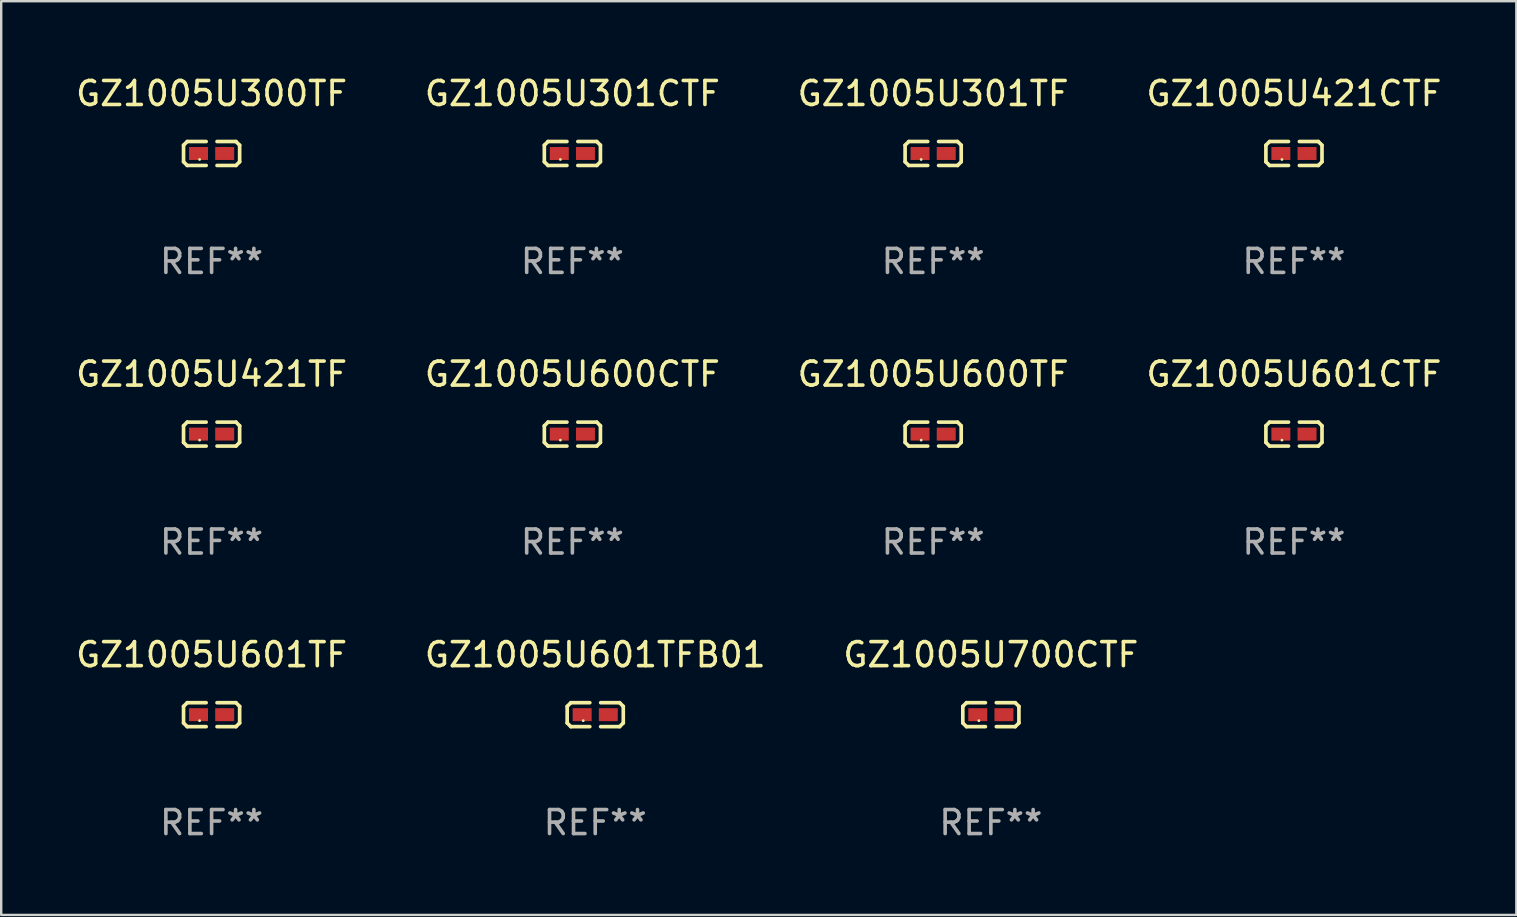
<source format=kicad_pcb>
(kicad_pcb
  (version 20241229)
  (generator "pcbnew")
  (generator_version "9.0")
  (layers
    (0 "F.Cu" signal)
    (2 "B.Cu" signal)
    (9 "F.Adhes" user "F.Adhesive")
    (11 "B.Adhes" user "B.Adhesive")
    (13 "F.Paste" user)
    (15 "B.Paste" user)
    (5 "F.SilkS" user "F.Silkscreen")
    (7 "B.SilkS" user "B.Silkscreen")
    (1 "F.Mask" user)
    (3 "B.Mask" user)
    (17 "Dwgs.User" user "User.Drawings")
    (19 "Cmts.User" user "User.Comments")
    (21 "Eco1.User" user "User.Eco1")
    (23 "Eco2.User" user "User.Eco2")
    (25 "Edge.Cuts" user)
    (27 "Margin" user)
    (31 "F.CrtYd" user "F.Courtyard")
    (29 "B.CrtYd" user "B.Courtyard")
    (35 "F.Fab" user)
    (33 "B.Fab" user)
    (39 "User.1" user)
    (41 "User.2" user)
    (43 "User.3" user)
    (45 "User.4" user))
  (footprint "GZ1005U600TF"
    (layer "F.Cu")
    (at 35.839 15.041)
    (property "Reference" "GZ1005U600TF" (at 0 -2.499 0) (layer "F.SilkS") (effects (font (size 1 1) (thickness 0.15))))
    (attr through_hole)
    (fp_line (start -1.169 -0.346) (end -1.016 -0.499) (stroke (width 0.152) (type solid)) (layer "F.SilkS"))
    (fp_line (start -1.169 0.346) (end -1.169 -0.346) (stroke (width 0.152) (type solid)) (layer "F.SilkS"))
    (fp_line (start -1.016 -0.499) (end -0.226 -0.499) (stroke (width 0.152) (type solid)) (layer "F.SilkS"))
    (fp_line (start -1.016 0.499) (end -1.169 0.346) (stroke (width 0.152) (type solid)) (layer "F.SilkS"))
    (fp_line (start -0.226 0.499) (end -1.016 0.499) (stroke (width 0.152) (type solid)) (layer "F.SilkS"))
    (fp_line (start 0.226 0.499) (end 1.016 0.499) (stroke (width 0.152) (type solid)) (layer "F.SilkS"))
    (fp_line (start 1.016 -0.499) (end 0.226 -0.499) (stroke (width 0.152) (type solid)) (layer "F.SilkS"))
    (fp_line (start 1.016 0.499) (end 1.169 0.346) (stroke (width 0.152) (type solid)) (layer "F.SilkS"))
    (fp_line (start 1.169 -0.346) (end 1.016 -0.499) (stroke (width 0.152) (type solid)) (layer "F.SilkS"))
    (fp_line (start 1.169 0.346) (end 1.169 -0.346) (stroke (width 0.152) (type solid)) (layer "F.SilkS"))
    (fp_circle (center -0.5 0.25) (end -0.47 0.25) (stroke (width 0.06) (type solid)) (fill no) (layer "F.SilkS"))
    (fp_text user "REF**" (at 0 4.499 0) (layer "F.Fab") (effects (font (size 1 1) (thickness 0.15))))
    (pad "1" smd rect (at -0.545 0) (size 0.79 0.54) (layers "F.Cu" "F.Mask" "F.Paste"))
    (pad "2" smd rect (at 0.545 0) (size 0.79 0.54) (layers "F.Cu" "F.Mask" "F.Paste")))
  (footprint "GZ1005U421CTF"
    (layer "F.Cu")
    (at 50.875 3.347)
    (property "Reference" "GZ1005U421CTF" (at 0 -2.499 0) (layer "F.SilkS") (effects (font (size 1 1) (thickness 0.15))))
    (attr through_hole)
    (fp_line (start -1.169 -0.346) (end -1.016 -0.499) (stroke (width 0.152) (type solid)) (layer "F.SilkS"))
    (fp_line (start -1.169 0.346) (end -1.169 -0.346) (stroke (width 0.152) (type solid)) (layer "F.SilkS"))
    (fp_line (start -1.016 -0.499) (end -0.226 -0.499) (stroke (width 0.152) (type solid)) (layer "F.SilkS"))
    (fp_line (start -1.016 0.499) (end -1.169 0.346) (stroke (width 0.152) (type solid)) (layer "F.SilkS"))
    (fp_line (start -0.226 0.499) (end -1.016 0.499) (stroke (width 0.152) (type solid)) (layer "F.SilkS"))
    (fp_line (start 0.226 0.499) (end 1.016 0.499) (stroke (width 0.152) (type solid)) (layer "F.SilkS"))
    (fp_line (start 1.016 -0.499) (end 0.226 -0.499) (stroke (width 0.152) (type solid)) (layer "F.SilkS"))
    (fp_line (start 1.016 0.499) (end 1.169 0.346) (stroke (width 0.152) (type solid)) (layer "F.SilkS"))
    (fp_line (start 1.169 -0.346) (end 1.016 -0.499) (stroke (width 0.152) (type solid)) (layer "F.SilkS"))
    (fp_line (start 1.169 0.346) (end 1.169 -0.346) (stroke (width 0.152) (type solid)) (layer "F.SilkS"))
    (fp_circle (center -0.5 0.25) (end -0.47 0.25) (stroke (width 0.06) (type solid)) (fill no) (layer "F.SilkS"))
    (fp_text user "REF**" (at 0 4.499 0) (layer "F.Fab") (effects (font (size 1 1) (thickness 0.15))))
    (pad "1" smd rect (at -0.545 0) (size 0.79 0.54) (layers "F.Cu" "F.Mask" "F.Paste"))
    (pad "2" smd rect (at 0.545 0) (size 0.79 0.54) (layers "F.Cu" "F.Mask" "F.Paste")))
  (footprint "GZ1005U600CTF"
    (layer "F.Cu")
    (at 20.804 15.041)
    (property "Reference" "GZ1005U600CTF" (at 0 -2.499 0) (layer "F.SilkS") (effects (font (size 1 1) (thickness 0.15))))
    (attr through_hole)
    (fp_line (start -1.169 -0.346) (end -1.016 -0.499) (stroke (width 0.152) (type solid)) (layer "F.SilkS"))
    (fp_line (start -1.169 0.346) (end -1.169 -0.346) (stroke (width 0.152) (type solid)) (layer "F.SilkS"))
    (fp_line (start -1.016 -0.499) (end -0.226 -0.499) (stroke (width 0.152) (type solid)) (layer "F.SilkS"))
    (fp_line (start -1.016 0.499) (end -1.169 0.346) (stroke (width 0.152) (type solid)) (layer "F.SilkS"))
    (fp_line (start -0.226 0.499) (end -1.016 0.499) (stroke (width 0.152) (type solid)) (layer "F.SilkS"))
    (fp_line (start 0.226 0.499) (end 1.016 0.499) (stroke (width 0.152) (type solid)) (layer "F.SilkS"))
    (fp_line (start 1.016 -0.499) (end 0.226 -0.499) (stroke (width 0.152) (type solid)) (layer "F.SilkS"))
    (fp_line (start 1.016 0.499) (end 1.169 0.346) (stroke (width 0.152) (type solid)) (layer "F.SilkS"))
    (fp_line (start 1.169 -0.346) (end 1.016 -0.499) (stroke (width 0.152) (type solid)) (layer "F.SilkS"))
    (fp_line (start 1.169 0.346) (end 1.169 -0.346) (stroke (width 0.152) (type solid)) (layer "F.SilkS"))
    (fp_circle (center -0.5 0.25) (end -0.47 0.25) (stroke (width 0.06) (type solid)) (fill no) (layer "F.SilkS"))
    (fp_text user "REF**" (at 0 4.499 0) (layer "F.Fab") (effects (font (size 1 1) (thickness 0.15))))
    (pad "1" smd rect (at -0.545 0) (size 0.79 0.54) (layers "F.Cu" "F.Mask" "F.Paste"))
    (pad "2" smd rect (at 0.545 0) (size 0.79 0.54) (layers "F.Cu" "F.Mask" "F.Paste")))
  (footprint "GZ1005U301TF"
    (layer "F.Cu")
    (at 35.839 3.347)
    (property "Reference" "GZ1005U301TF" (at 0 -2.499 0) (layer "F.SilkS") (effects (font (size 1 1) (thickness 0.15))))
    (attr through_hole)
    (fp_line (start -1.169 -0.346) (end -1.016 -0.499) (stroke (width 0.152) (type solid)) (layer "F.SilkS"))
    (fp_line (start -1.169 0.346) (end -1.169 -0.346) (stroke (width 0.152) (type solid)) (layer "F.SilkS"))
    (fp_line (start -1.016 -0.499) (end -0.226 -0.499) (stroke (width 0.152) (type solid)) (layer "F.SilkS"))
    (fp_line (start -1.016 0.499) (end -1.169 0.346) (stroke (width 0.152) (type solid)) (layer "F.SilkS"))
    (fp_line (start -0.226 0.499) (end -1.016 0.499) (stroke (width 0.152) (type solid)) (layer "F.SilkS"))
    (fp_line (start 0.226 0.499) (end 1.016 0.499) (stroke (width 0.152) (type solid)) (layer "F.SilkS"))
    (fp_line (start 1.016 -0.499) (end 0.226 -0.499) (stroke (width 0.152) (type solid)) (layer "F.SilkS"))
    (fp_line (start 1.016 0.499) (end 1.169 0.346) (stroke (width 0.152) (type solid)) (layer "F.SilkS"))
    (fp_line (start 1.169 -0.346) (end 1.016 -0.499) (stroke (width 0.152) (type solid)) (layer "F.SilkS"))
    (fp_line (start 1.169 0.346) (end 1.169 -0.346) (stroke (width 0.152) (type solid)) (layer "F.SilkS"))
    (fp_circle (center -0.5 0.25) (end -0.47 0.25) (stroke (width 0.06) (type solid)) (fill no) (layer "F.SilkS"))
    (fp_text user "REF**" (at 0 4.499 0) (layer "F.Fab") (effects (font (size 1 1) (thickness 0.15))))
    (pad "1" smd rect (at -0.545 0) (size 0.79 0.54) (layers "F.Cu" "F.Mask" "F.Paste"))
    (pad "2" smd rect (at 0.545 0) (size 0.79 0.54) (layers "F.Cu" "F.Mask" "F.Paste")))
  (footprint "GZ1005U601CTF"
    (layer "F.Cu")
    (at 50.875 15.041)
    (property "Reference" "GZ1005U601CTF" (at 0 -2.499 0) (layer "F.SilkS") (effects (font (size 1 1) (thickness 0.15))))
    (attr through_hole)
    (fp_line (start -1.169 -0.346) (end -1.016 -0.499) (stroke (width 0.152) (type solid)) (layer "F.SilkS"))
    (fp_line (start -1.169 0.346) (end -1.169 -0.346) (stroke (width 0.152) (type solid)) (layer "F.SilkS"))
    (fp_line (start -1.016 -0.499) (end -0.226 -0.499) (stroke (width 0.152) (type solid)) (layer "F.SilkS"))
    (fp_line (start -1.016 0.499) (end -1.169 0.346) (stroke (width 0.152) (type solid)) (layer "F.SilkS"))
    (fp_line (start -0.226 0.499) (end -1.016 0.499) (stroke (width 0.152) (type solid)) (layer "F.SilkS"))
    (fp_line (start 0.226 0.499) (end 1.016 0.499) (stroke (width 0.152) (type solid)) (layer "F.SilkS"))
    (fp_line (start 1.016 -0.499) (end 0.226 -0.499) (stroke (width 0.152) (type solid)) (layer "F.SilkS"))
    (fp_line (start 1.016 0.499) (end 1.169 0.346) (stroke (width 0.152) (type solid)) (layer "F.SilkS"))
    (fp_line (start 1.169 -0.346) (end 1.016 -0.499) (stroke (width 0.152) (type solid)) (layer "F.SilkS"))
    (fp_line (start 1.169 0.346) (end 1.169 -0.346) (stroke (width 0.152) (type solid)) (layer "F.SilkS"))
    (fp_circle (center -0.5 0.25) (end -0.47 0.25) (stroke (width 0.06) (type solid)) (fill no) (layer "F.SilkS"))
    (fp_text user "REF**" (at 0 4.499 0) (layer "F.Fab") (effects (font (size 1 1) (thickness 0.15))))
    (pad "1" smd rect (at -0.545 0) (size 0.79 0.54) (layers "F.Cu" "F.Mask" "F.Paste"))
    (pad "2" smd rect (at 0.545 0) (size 0.79 0.54) (layers "F.Cu" "F.Mask" "F.Paste")))
  (footprint "GZ1005U601TFB01"
    (layer "F.Cu")
    (at 21.756 26.734)
    (property "Reference" "GZ1005U601TFB01" (at 0 -2.499 0) (layer "F.SilkS") (effects (font (size 1 1) (thickness 0.15))))
    (attr through_hole)
    (fp_line (start -1.169 -0.346) (end -1.016 -0.499) (stroke (width 0.152) (type solid)) (layer "F.SilkS"))
    (fp_line (start -1.169 0.346) (end -1.169 -0.346) (stroke (width 0.152) (type solid)) (layer "F.SilkS"))
    (fp_line (start -1.016 -0.499) (end -0.226 -0.499) (stroke (width 0.152) (type solid)) (layer "F.SilkS"))
    (fp_line (start -1.016 0.499) (end -1.169 0.346) (stroke (width 0.152) (type solid)) (layer "F.SilkS"))
    (fp_line (start -0.226 0.499) (end -1.016 0.499) (stroke (width 0.152) (type solid)) (layer "F.SilkS"))
    (fp_line (start 0.226 0.499) (end 1.016 0.499) (stroke (width 0.152) (type solid)) (layer "F.SilkS"))
    (fp_line (start 1.016 -0.499) (end 0.226 -0.499) (stroke (width 0.152) (type solid)) (layer "F.SilkS"))
    (fp_line (start 1.016 0.499) (end 1.169 0.346) (stroke (width 0.152) (type solid)) (layer "F.SilkS"))
    (fp_line (start 1.169 -0.346) (end 1.016 -0.499) (stroke (width 0.152) (type solid)) (layer "F.SilkS"))
    (fp_line (start 1.169 0.346) (end 1.169 -0.346) (stroke (width 0.152) (type solid)) (layer "F.SilkS"))
    (fp_circle (center -0.5 0.25) (end -0.47 0.25) (stroke (width 0.06) (type solid)) (fill no) (layer "F.SilkS"))
    (fp_text user "REF**" (at 0 4.499 0) (layer "F.Fab") (effects (font (size 1 1) (thickness 0.15))))
    (pad "1" smd rect (at -0.545 0) (size 0.79 0.54) (layers "F.Cu" "F.Mask" "F.Paste"))
    (pad "2" smd rect (at 0.545 0) (size 0.79 0.54) (layers "F.Cu" "F.Mask" "F.Paste")))
  (footprint "GZ1005U301CTF"
    (layer "F.Cu")
    (at 20.804 3.347)
    (property "Reference" "GZ1005U301CTF" (at 0 -2.499 0) (layer "F.SilkS") (effects (font (size 1 1) (thickness 0.15))))
    (attr through_hole)
    (fp_line (start -1.169 -0.346) (end -1.016 -0.499) (stroke (width 0.152) (type solid)) (layer "F.SilkS"))
    (fp_line (start -1.169 0.346) (end -1.169 -0.346) (stroke (width 0.152) (type solid)) (layer "F.SilkS"))
    (fp_line (start -1.016 -0.499) (end -0.226 -0.499) (stroke (width 0.152) (type solid)) (layer "F.SilkS"))
    (fp_line (start -1.016 0.499) (end -1.169 0.346) (stroke (width 0.152) (type solid)) (layer "F.SilkS"))
    (fp_line (start -0.226 0.499) (end -1.016 0.499) (stroke (width 0.152) (type solid)) (layer "F.SilkS"))
    (fp_line (start 0.226 0.499) (end 1.016 0.499) (stroke (width 0.152) (type solid)) (layer "F.SilkS"))
    (fp_line (start 1.016 -0.499) (end 0.226 -0.499) (stroke (width 0.152) (type solid)) (layer "F.SilkS"))
    (fp_line (start 1.016 0.499) (end 1.169 0.346) (stroke (width 0.152) (type solid)) (layer "F.SilkS"))
    (fp_line (start 1.169 -0.346) (end 1.016 -0.499) (stroke (width 0.152) (type solid)) (layer "F.SilkS"))
    (fp_line (start 1.169 0.346) (end 1.169 -0.346) (stroke (width 0.152) (type solid)) (layer "F.SilkS"))
    (fp_circle (center -0.5 0.25) (end -0.47 0.25) (stroke (width 0.06) (type solid)) (fill no) (layer "F.SilkS"))
    (fp_text user "REF**" (at 0 4.499 0) (layer "F.Fab") (effects (font (size 1 1) (thickness 0.15))))
    (pad "1" smd rect (at -0.545 0) (size 0.79 0.54) (layers "F.Cu" "F.Mask" "F.Paste"))
    (pad "2" smd rect (at 0.545 0) (size 0.79 0.54) (layers "F.Cu" "F.Mask" "F.Paste")))
  (footprint "GZ1005U421TF"
    (layer "F.Cu")
    (at 5.768 15.041)
    (property "Reference" "GZ1005U421TF" (at 0 -2.499 0) (layer "F.SilkS") (effects (font (size 1 1) (thickness 0.15))))
    (attr through_hole)
    (fp_line (start -1.169 -0.346) (end -1.016 -0.499) (stroke (width 0.152) (type solid)) (layer "F.SilkS"))
    (fp_line (start -1.169 0.346) (end -1.169 -0.346) (stroke (width 0.152) (type solid)) (layer "F.SilkS"))
    (fp_line (start -1.016 -0.499) (end -0.226 -0.499) (stroke (width 0.152) (type solid)) (layer "F.SilkS"))
    (fp_line (start -1.016 0.499) (end -1.169 0.346) (stroke (width 0.152) (type solid)) (layer "F.SilkS"))
    (fp_line (start -0.226 0.499) (end -1.016 0.499) (stroke (width 0.152) (type solid)) (layer "F.SilkS"))
    (fp_line (start 0.226 0.499) (end 1.016 0.499) (stroke (width 0.152) (type solid)) (layer "F.SilkS"))
    (fp_line (start 1.016 -0.499) (end 0.226 -0.499) (stroke (width 0.152) (type solid)) (layer "F.SilkS"))
    (fp_line (start 1.016 0.499) (end 1.169 0.346) (stroke (width 0.152) (type solid)) (layer "F.SilkS"))
    (fp_line (start 1.169 -0.346) (end 1.016 -0.499) (stroke (width 0.152) (type solid)) (layer "F.SilkS"))
    (fp_line (start 1.169 0.346) (end 1.169 -0.346) (stroke (width 0.152) (type solid)) (layer "F.SilkS"))
    (fp_circle (center -0.5 0.25) (end -0.47 0.25) (stroke (width 0.06) (type solid)) (fill no) (layer "F.SilkS"))
    (fp_text user "REF**" (at 0 4.499 0) (layer "F.Fab") (effects (font (size 1 1) (thickness 0.15))))
    (pad "1" smd rect (at -0.545 0) (size 0.79 0.54) (layers "F.Cu" "F.Mask" "F.Paste"))
    (pad "2" smd rect (at 0.545 0) (size 0.79 0.54) (layers "F.Cu" "F.Mask" "F.Paste")))
  (footprint "GZ1005U300TF"
    (layer "F.Cu")
    (at 5.768 3.347)
    (property "Reference" "GZ1005U300TF" (at 0 -2.499 0) (layer "F.SilkS") (effects (font (size 1 1) (thickness 0.15))))
    (attr through_hole)
    (fp_line (start -1.169 -0.346) (end -1.016 -0.499) (stroke (width 0.152) (type solid)) (layer "F.SilkS"))
    (fp_line (start -1.169 0.346) (end -1.169 -0.346) (stroke (width 0.152) (type solid)) (layer "F.SilkS"))
    (fp_line (start -1.016 -0.499) (end -0.226 -0.499) (stroke (width 0.152) (type solid)) (layer "F.SilkS"))
    (fp_line (start -1.016 0.499) (end -1.169 0.346) (stroke (width 0.152) (type solid)) (layer "F.SilkS"))
    (fp_line (start -0.226 0.499) (end -1.016 0.499) (stroke (width 0.152) (type solid)) (layer "F.SilkS"))
    (fp_line (start 0.226 0.499) (end 1.016 0.499) (stroke (width 0.152) (type solid)) (layer "F.SilkS"))
    (fp_line (start 1.016 -0.499) (end 0.226 -0.499) (stroke (width 0.152) (type solid)) (layer "F.SilkS"))
    (fp_line (start 1.016 0.499) (end 1.169 0.346) (stroke (width 0.152) (type solid)) (layer "F.SilkS"))
    (fp_line (start 1.169 -0.346) (end 1.016 -0.499) (stroke (width 0.152) (type solid)) (layer "F.SilkS"))
    (fp_line (start 1.169 0.346) (end 1.169 -0.346) (stroke (width 0.152) (type solid)) (layer "F.SilkS"))
    (fp_circle (center -0.5 0.25) (end -0.47 0.25) (stroke (width 0.06) (type solid)) (fill no) (layer "F.SilkS"))
    (fp_text user "REF**" (at 0 4.499 0) (layer "F.Fab") (effects (font (size 1 1) (thickness 0.15))))
    (pad "1" smd rect (at -0.545 0) (size 0.79 0.54) (layers "F.Cu" "F.Mask" "F.Paste"))
    (pad "2" smd rect (at 0.545 0) (size 0.79 0.54) (layers "F.Cu" "F.Mask" "F.Paste")))
  (footprint "GZ1005U700CTF"
    (layer "F.Cu")
    (at 38.244 26.734)
    (property "Reference" "GZ1005U700CTF" (at 0 -2.499 0) (layer "F.SilkS") (effects (font (size 1 1) (thickness 0.15))))
    (attr through_hole)
    (fp_line (start -1.169 -0.346) (end -1.016 -0.499) (stroke (width 0.152) (type solid)) (layer "F.SilkS"))
    (fp_line (start -1.169 0.346) (end -1.169 -0.346) (stroke (width 0.152) (type solid)) (layer "F.SilkS"))
    (fp_line (start -1.016 -0.499) (end -0.226 -0.499) (stroke (width 0.152) (type solid)) (layer "F.SilkS"))
    (fp_line (start -1.016 0.499) (end -1.169 0.346) (stroke (width 0.152) (type solid)) (layer "F.SilkS"))
    (fp_line (start -0.226 0.499) (end -1.016 0.499) (stroke (width 0.152) (type solid)) (layer "F.SilkS"))
    (fp_line (start 0.226 0.499) (end 1.016 0.499) (stroke (width 0.152) (type solid)) (layer "F.SilkS"))
    (fp_line (start 1.016 -0.499) (end 0.226 -0.499) (stroke (width 0.152) (type solid)) (layer "F.SilkS"))
    (fp_line (start 1.016 0.499) (end 1.169 0.346) (stroke (width 0.152) (type solid)) (layer "F.SilkS"))
    (fp_line (start 1.169 -0.346) (end 1.016 -0.499) (stroke (width 0.152) (type solid)) (layer "F.SilkS"))
    (fp_line (start 1.169 0.346) (end 1.169 -0.346) (stroke (width 0.152) (type solid)) (layer "F.SilkS"))
    (fp_circle (center -0.5 0.25) (end -0.47 0.25) (stroke (width 0.06) (type solid)) (fill no) (layer "F.SilkS"))
    (fp_text user "REF**" (at 0 4.499 0) (layer "F.Fab") (effects (font (size 1 1) (thickness 0.15))))
    (pad "1" smd rect (at -0.545 0) (size 0.79 0.54) (layers "F.Cu" "F.Mask" "F.Paste"))
    (pad "2" smd rect (at 0.545 0) (size 0.79 0.54) (layers "F.Cu" "F.Mask" "F.Paste")))
  (footprint "GZ1005U601TF"
    (layer "F.Cu")
    (at 5.768 26.734)
    (property "Reference" "GZ1005U601TF" (at 0 -2.499 0) (layer "F.SilkS") (effects (font (size 1 1) (thickness 0.15))))
    (attr through_hole)
    (fp_line (start -1.169 -0.346) (end -1.016 -0.499) (stroke (width 0.152) (type solid)) (layer "F.SilkS"))
    (fp_line (start -1.169 0.346) (end -1.169 -0.346) (stroke (width 0.152) (type solid)) (layer "F.SilkS"))
    (fp_line (start -1.016 -0.499) (end -0.226 -0.499) (stroke (width 0.152) (type solid)) (layer "F.SilkS"))
    (fp_line (start -1.016 0.499) (end -1.169 0.346) (stroke (width 0.152) (type solid)) (layer "F.SilkS"))
    (fp_line (start -0.226 0.499) (end -1.016 0.499) (stroke (width 0.152) (type solid)) (layer "F.SilkS"))
    (fp_line (start 0.226 0.499) (end 1.016 0.499) (stroke (width 0.152) (type solid)) (layer "F.SilkS"))
    (fp_line (start 1.016 -0.499) (end 0.226 -0.499) (stroke (width 0.152) (type solid)) (layer "F.SilkS"))
    (fp_line (start 1.016 0.499) (end 1.169 0.346) (stroke (width 0.152) (type solid)) (layer "F.SilkS"))
    (fp_line (start 1.169 -0.346) (end 1.016 -0.499) (stroke (width 0.152) (type solid)) (layer "F.SilkS"))
    (fp_line (start 1.169 0.346) (end 1.169 -0.346) (stroke (width 0.152) (type solid)) (layer "F.SilkS"))
    (fp_circle (center -0.5 0.25) (end -0.47 0.25) (stroke (width 0.06) (type solid)) (fill no) (layer "F.SilkS"))
    (fp_text user "REF**" (at 0 4.499 0) (layer "F.Fab") (effects (font (size 1 1) (thickness 0.15))))
    (pad "1" smd rect (at -0.545 0) (size 0.79 0.54) (layers "F.Cu" "F.Mask" "F.Paste"))
    (pad "2" smd rect (at 0.545 0) (size 0.79 0.54) (layers "F.Cu" "F.Mask" "F.Paste")))
  (gr_rect
    (start -3 -3)
    (end 60.143 35.081)
    (stroke (width 0.1) (type default))
    (fill no)
    (layer "Edge.Cuts")))
</source>
